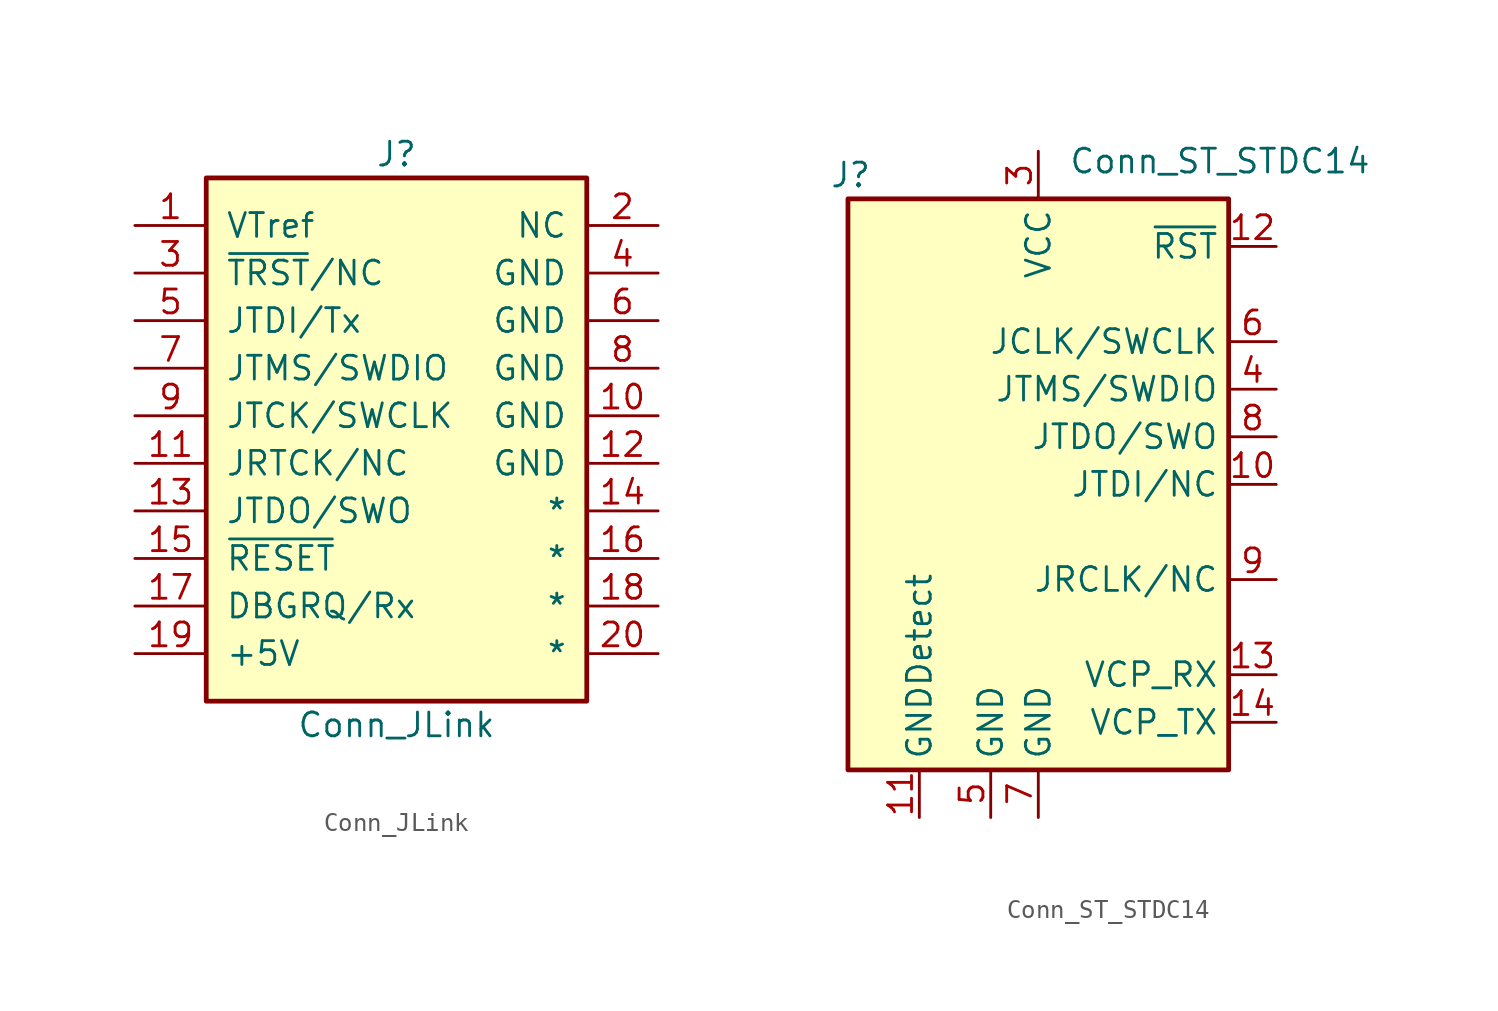
<source format=kicad_sym>
(kicad_symbol_lib
  (version 20211014)
  (generator kicad_symbol_editor)
  (symbol "Conn_JLink"
    (pin_names
      (offset 1.016))
    (property "Reference" "J"
      (at 0 13.97 0)
      (effects (font (size 1.27 1.27))))
    (property "Value" "Conn_JLink"
      (at 0 -16.51 0)
      (effects (font (size 1.27 1.27))))
    (symbol "Conn_JLink_1_1"
      (rectangle (start -10.16 12.7) (end 10.16 -15.24) (stroke (width 0.254) (type default) (color 0 0 0 0)) (fill (type background)))
      (pin passive line (at -13.97 10.16 0) (length 3.81) (name "VTref" (effects (font (size 1.27 1.27)))) (number "1" (effects (font (size 1.27 1.27)))))
      (pin power_in line (at 13.97 0 180) (length 3.81) (name "GND" (effects (font (size 1.27 1.27)))) (number "10" (effects (font (size 1.27 1.27)))))
      (pin passive line (at -13.97 -2.54 0) (length 3.81) (name "JRTCK/NC" (effects (font (size 1.27 1.27)))) (number "11" (effects (font (size 1.27 1.27)))))
      (pin power_in line (at 13.97 -2.54 180) (length 3.81) (name "GND" (effects (font (size 1.27 1.27)))) (number "12" (effects (font (size 1.27 1.27)))))
      (pin passive line (at -13.97 -5.08 0) (length 3.81) (name "JTDO/SWO" (effects (font (size 1.27 1.27)))) (number "13" (effects (font (size 1.27 1.27)))))
      (pin passive line (at 13.97 -5.08 180) (length 3.81) (name "*" (effects (font (size 1.27 1.27)))) (number "14" (effects (font (size 1.27 1.27)))))
      (pin passive line (at -13.97 -7.62 0) (length 3.81) (name "~{RESET}" (effects (font (size 1.27 1.27)))) (number "15" (effects (font (size 1.27 1.27)))))
      (pin passive line (at 13.97 -7.62 180) (length 3.81) (name "*" (effects (font (size 1.27 1.27)))) (number "16" (effects (font (size 1.27 1.27)))))
      (pin passive line (at -13.97 -10.16 0) (length 3.81) (name "DBGRQ/Rx" (effects (font (size 1.27 1.27)))) (number "17" (effects (font (size 1.27 1.27)))))
      (pin passive line (at 13.97 -10.16 180) (length 3.81) (name "*" (effects (font (size 1.27 1.27)))) (number "18" (effects (font (size 1.27 1.27)))))
      (pin power_out line (at -13.97 -12.7 0) (length 3.81) (name "+5V" (effects (font (size 1.27 1.27)))) (number "19" (effects (font (size 1.27 1.27)))))
      (pin passive line (at 13.97 10.16 180) (length 3.81) (name "NC" (effects (font (size 1.27 1.27)))) (number "2" (effects (font (size 1.27 1.27)))))
      (pin passive line (at 13.97 -12.7 180) (length 3.81) (name "*" (effects (font (size 1.27 1.27)))) (number "20" (effects (font (size 1.27 1.27)))))
      (pin passive line (at -13.97 7.62 0) (length 3.81) (name "~{TRST}/NC" (effects (font (size 1.27 1.27)))) (number "3" (effects (font (size 1.27 1.27)))))
      (pin power_in line (at 13.97 7.62 180) (length 3.81) (name "GND" (effects (font (size 1.27 1.27)))) (number "4" (effects (font (size 1.27 1.27)))))
      (pin passive line (at -13.97 5.08 0) (length 3.81) (name "JTDI/Tx" (effects (font (size 1.27 1.27)))) (number "5" (effects (font (size 1.27 1.27)))))
      (pin power_in line (at 13.97 5.08 180) (length 3.81) (name "GND" (effects (font (size 1.27 1.27)))) (number "6" (effects (font (size 1.27 1.27)))))
      (pin passive line (at -13.97 2.54 0) (length 3.81) (name "JTMS/SWDIO" (effects (font (size 1.27 1.27)))) (number "7" (effects (font (size 1.27 1.27)))))
      (pin power_in line (at 13.97 2.54 180) (length 3.81) (name "GND" (effects (font (size 1.27 1.27)))) (number "8" (effects (font (size 1.27 1.27)))))
      (pin passive line (at -13.97 0 0) (length 3.81) (name "JTCK/SWCLK" (effects (font (size 1.27 1.27)))) (number "9" (effects (font (size 1.27 1.27)))))))
  (symbol "Conn_ST_STDC14"
    (property "Reference" "J"
      (at -8.89 16.51 0)
      (effects (font (size 1.27 1.27)) (justify right)))
    (property "Value" "Conn_ST_STDC14"
      (at 17.78 16.51 0)
      (effects (font (size 1.27 1.27)) (justify right bottom)))
    (symbol "Conn_ST_STDC14_0_1"
      (rectangle (start -10.16 15.24) (end 10.16 -15.24) (stroke (width 0.254) (type default) (color 0 0 0 0)) (fill (type background))))
    (symbol "Conn_ST_STDC14_1_1"
      (pin no_connect line (at -10.16 5.08 0) (length 2.54) hide (name "NC" (effects (font (size 1.27 1.27)))) (number "1" (effects (font (size 1.27 1.27)))))
      (pin output line (at 12.7 0 180) (length 2.54) (name "JTDI/NC" (effects (font (size 1.27 1.27)))) (number "10" (effects (font (size 1.27 1.27)))))
      (pin passive line (at -6.35 -17.78 90) (length 2.54) (name "GNDDetect" (effects (font (size 1.27 1.27)))) (number "11" (effects (font (size 1.27 1.27)))))
      (pin open_collector line (at 12.7 12.7 180) (length 2.54) (name "~{RST}" (effects (font (size 1.27 1.27)))) (number "12" (effects (font (size 1.27 1.27)))))
      (pin output line (at 12.7 -10.16 180) (length 2.54) (name "VCP_RX" (effects (font (size 1.27 1.27)))) (number "13" (effects (font (size 1.27 1.27)))))
      (pin input line (at 12.7 -12.7 180) (length 2.54) (name "VCP_TX" (effects (font (size 1.27 1.27)))) (number "14" (effects (font (size 1.27 1.27)))))
      (pin no_connect line (at -10.16 2.54 0) (length 2.54) hide (name "NC" (effects (font (size 1.27 1.27)))) (number "2" (effects (font (size 1.27 1.27)))))
      (pin power_in line (at 0 17.78 270) (length 2.54) (name "VCC" (effects (font (size 1.27 1.27)))) (number "3" (effects (font (size 1.27 1.27)))))
      (pin bidirectional line (at 12.7 5.08 180) (length 2.54) (name "JTMS/SWDIO" (effects (font (size 1.27 1.27)))) (number "4" (effects (font (size 1.27 1.27)))))
      (pin power_in line (at -2.54 -17.78 90) (length 2.54) (name "GND" (effects (font (size 1.27 1.27)))) (number "5" (effects (font (size 1.27 1.27)))))
      (pin output line (at 12.7 7.62 180) (length 2.54) (name "JCLK/SWCLK" (effects (font (size 1.27 1.27)))) (number "6" (effects (font (size 1.27 1.27)))))
      (pin power_in line (at 0 -17.78 90) (length 2.54) (name "GND" (effects (font (size 1.27 1.27)))) (number "7" (effects (font (size 1.27 1.27)))))
      (pin input line (at 12.7 2.54 180) (length 2.54) (name "JTDO/SWO" (effects (font (size 1.27 1.27)))) (number "8" (effects (font (size 1.27 1.27)))))
      (pin input line (at 12.7 -5.08 180) (length 2.54) (name "JRCLK/NC" (effects (font (size 1.27 1.27)))) (number "9" (effects (font (size 1.27 1.27))))))))
</source>
